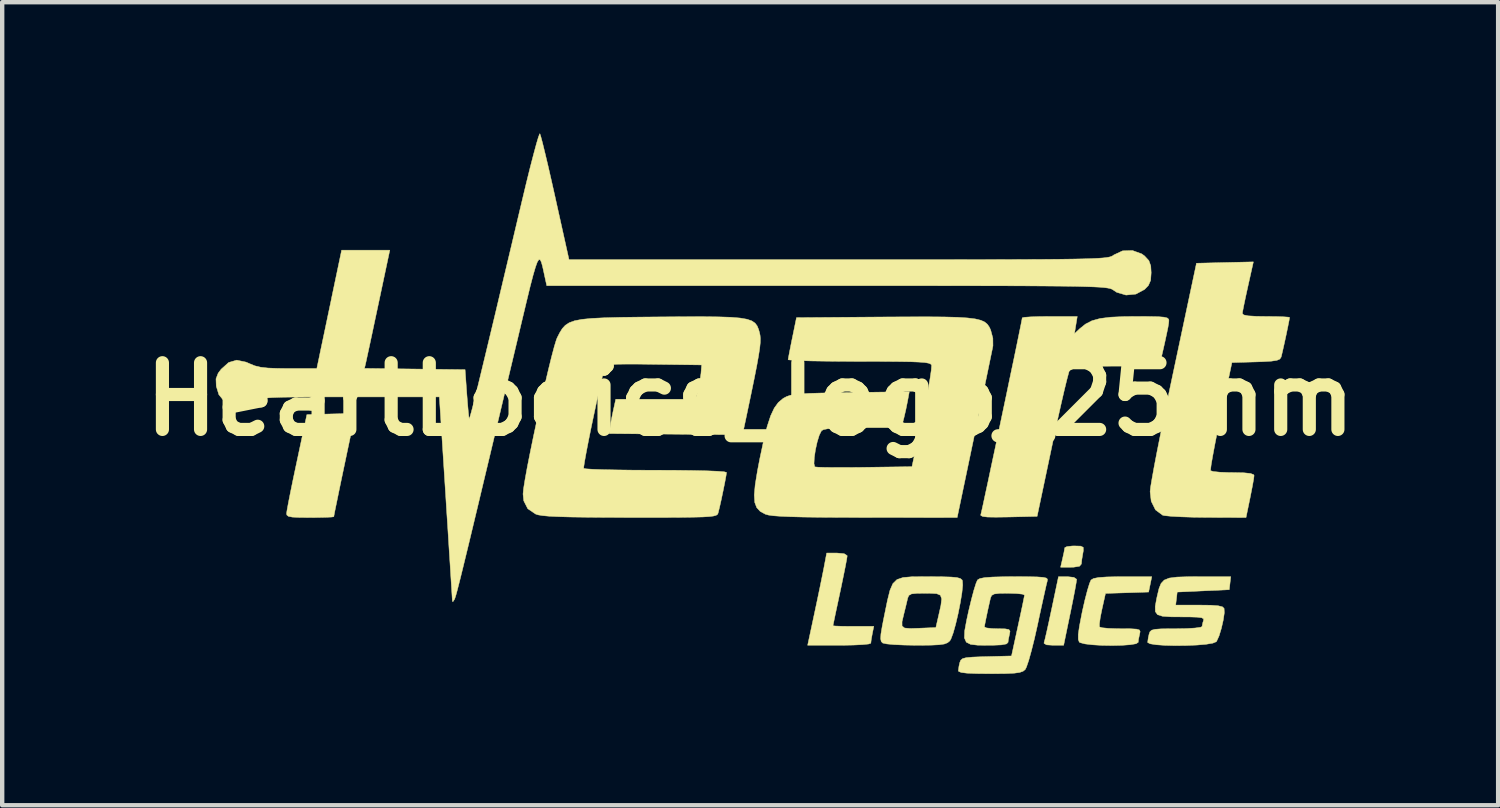
<source format=kicad_pcb>
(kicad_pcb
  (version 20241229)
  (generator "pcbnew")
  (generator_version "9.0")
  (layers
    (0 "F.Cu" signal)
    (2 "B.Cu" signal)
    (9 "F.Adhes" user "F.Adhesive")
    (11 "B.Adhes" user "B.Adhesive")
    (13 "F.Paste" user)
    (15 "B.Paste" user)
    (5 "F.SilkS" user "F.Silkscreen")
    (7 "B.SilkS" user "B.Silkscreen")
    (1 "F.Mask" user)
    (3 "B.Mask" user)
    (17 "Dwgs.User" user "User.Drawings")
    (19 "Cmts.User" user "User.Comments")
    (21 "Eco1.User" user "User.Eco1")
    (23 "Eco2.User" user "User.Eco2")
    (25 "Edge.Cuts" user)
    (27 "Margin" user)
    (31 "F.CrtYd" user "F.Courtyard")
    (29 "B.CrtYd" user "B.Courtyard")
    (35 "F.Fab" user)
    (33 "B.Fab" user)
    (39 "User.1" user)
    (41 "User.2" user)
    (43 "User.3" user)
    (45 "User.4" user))
  (footprint "HeartLogics_logo_25mm"
    (layer "F.Cu")
    (at 14.086 6.07)
    (property "Reference" "HeartLogics_logo_25mm" (at 0 0 0) (layer "F.SilkS") (effects (font (size 1.524 1.524) (thickness 0.3))))
    (attr through_hole)
    (fp_poly (pts (xy 7.551 3.355) (xy 7.609 3.383) (xy 7.611 3.459) (xy 7.6 3.52) (xy 7.576 3.662) (xy 7.566 3.763) (xy 7.524 3.814) (xy 7.39 3.836) (xy 7.328 3.837) (xy 7.091 3.837) (xy 7.138 3.634) (xy 7.169 3.493) (xy 7.185 3.401) (xy 7.186 3.391) (xy 7.235 3.366) (xy 7.356 3.352) (xy 7.411 3.351) (xy 7.551 3.355)) (stroke (width 0.01) (type solid)) (fill yes) (layer "F.SilkS"))
    (fp_poly (pts (xy 7.395 4.069) (xy 7.457 4.112) (xy 7.458 4.119) (xy 7.447 4.194) (xy 7.419 4.353) (xy 7.376 4.574) (xy 7.323 4.837) (xy 7.309 4.903) (xy 7.161 5.62) (xy 6.925 5.62) (xy 6.771 5.61) (xy 6.713 5.576) (xy 6.715 5.553) (xy 6.736 5.477) (xy 6.773 5.317) (xy 6.822 5.095) (xy 6.878 4.833) (xy 6.892 4.769) (xy 7.043 4.053) (xy 7.25 4.053) (xy 7.395 4.069)) (stroke (width 0.01) (type solid)) (fill yes) (layer "F.SilkS"))
    (fp_poly (pts (xy -9.16 0.33) (xy -9.072 0.341) (xy -9.036 0.367) (xy -9.036 0.411) (xy -9.043 0.444) (xy -9.063 0.531) (xy -9.099 0.699) (xy -9.148 0.928) (xy -9.205 1.199) (xy -9.267 1.494) (xy -9.33 1.793) (xy -9.389 2.077) (xy -9.44 2.327) (xy -9.481 2.524) (xy -9.505 2.648) (xy -9.511 2.683) (xy -9.562 2.691) (xy -9.697 2.697) (xy -9.895 2.701) (xy -10.052 2.702) (xy -10.299 2.7) (xy -10.458 2.692) (xy -10.546 2.675) (xy -10.584 2.644) (xy -10.59 2.608) (xy -10.578 2.528) (xy -10.547 2.36) (xy -10.5 2.121) (xy -10.44 1.829) (xy -10.371 1.502) (xy -10.356 1.432) (xy -10.126 0.351) (xy -9.569 0.336) (xy -9.32 0.33) (xy -9.16 0.33)) (stroke (width 0.01) (type solid)) (fill yes) (layer "F.SilkS"))
    (fp_poly (pts (xy 2.147 3.528) (xy 2.214 3.571) (xy 2.216 3.581) (xy 2.205 3.656) (xy 2.175 3.816) (xy 2.13 4.039) (xy 2.075 4.305) (xy 2.054 4.404) (xy 1.996 4.675) (xy 1.947 4.904) (xy 1.912 5.074) (xy 1.893 5.164) (xy 1.891 5.174) (xy 1.941 5.18) (xy 2.075 5.185) (xy 2.267 5.188) (xy 2.358 5.188) (xy 2.824 5.188) (xy 2.79 5.357) (xy 2.766 5.489) (xy 2.756 5.573) (xy 2.756 5.573) (xy 2.705 5.591) (xy 2.566 5.605) (xy 2.359 5.615) (xy 2.103 5.62) (xy 2.034 5.62) (xy 1.313 5.62) (xy 1.466 4.904) (xy 1.53 4.603) (xy 1.592 4.306) (xy 1.645 4.046) (xy 1.683 3.857) (xy 1.684 3.851) (xy 1.748 3.513) (xy 1.982 3.513) (xy 2.147 3.528)) (stroke (width 0.01) (type solid)) (fill yes) (layer "F.SilkS"))
    (fp_poly (pts (xy 9.138 4.229) (xy 9.102 4.404) (xy 8.609 4.42) (xy 8.117 4.435) (xy 8.036 4.798) (xy 7.998 4.985) (xy 7.978 5.13) (xy 7.979 5.201) (xy 7.979 5.201) (xy 8.041 5.22) (xy 8.185 5.234) (xy 8.383 5.241) (xy 8.467 5.242) (xy 8.69 5.243) (xy 8.825 5.251) (xy 8.891 5.27) (xy 8.908 5.307) (xy 8.897 5.364) (xy 8.87 5.489) (xy 8.864 5.553) (xy 8.814 5.585) (xy 8.681 5.607) (xy 8.49 5.621) (xy 8.266 5.626) (xy 8.033 5.622) (xy 7.818 5.609) (xy 7.644 5.588) (xy 7.536 5.559) (xy 7.517 5.546) (xy 7.495 5.485) (xy 7.495 5.371) (xy 7.521 5.188) (xy 7.572 4.922) (xy 7.589 4.838) (xy 7.647 4.584) (xy 7.704 4.365) (xy 7.753 4.205) (xy 7.786 4.129) (xy 7.843 4.095) (xy 7.958 4.072) (xy 8.145 4.059) (xy 8.42 4.053) (xy 8.511 4.053) (xy 9.174 4.053) (xy 9.138 4.229)) (stroke (width 0.01) (type solid)) (fill yes) (layer "F.SilkS"))
    (fp_poly (pts (xy 10.944 4.35) (xy 9.755 4.404) (xy 9.738 4.553) (xy 9.72 4.702) (xy 10.259 4.702) (xy 10.521 4.705) (xy 10.692 4.718) (xy 10.789 4.742) (xy 10.826 4.778) (xy 10.831 4.88) (xy 10.807 5.044) (xy 10.764 5.232) (xy 10.711 5.406) (xy 10.657 5.525) (xy 10.647 5.539) (xy 10.57 5.571) (xy 10.416 5.597) (xy 10.206 5.615) (xy 9.964 5.625) (xy 9.713 5.628) (xy 9.477 5.622) (xy 9.277 5.608) (xy 9.137 5.586) (xy 9.08 5.556) (xy 9.08 5.553) (xy 9.094 5.449) (xy 9.113 5.364) (xy 9.133 5.31) (xy 9.172 5.275) (xy 9.249 5.255) (xy 9.385 5.245) (xy 9.6 5.242) (xy 9.734 5.242) (xy 9.971 5.238) (xy 10.163 5.226) (xy 10.287 5.209) (xy 10.322 5.193) (xy 10.34 5.102) (xy 10.355 5.057) (xy 10.358 5.017) (xy 10.315 4.991) (xy 10.21 4.978) (xy 10.024 4.972) (xy 9.9 4.972) (xy 9.613 4.97) (xy 9.42 4.957) (xy 9.306 4.921) (xy 9.255 4.85) (xy 9.253 4.732) (xy 9.285 4.555) (xy 9.3 4.487) (xy 9.339 4.324) (xy 9.386 4.208) (xy 9.458 4.131) (xy 9.573 4.085) (xy 9.749 4.062) (xy 10.002 4.054) (xy 10.249 4.053) (xy 10.978 4.053) (xy 10.944 4.35)) (stroke (width 0.01) (type solid)) (fill yes) (layer "F.SilkS"))
    (fp_poly (pts (xy 4.083 4.053) (xy 4.382 4.055) (xy 4.589 4.061) (xy 4.723 4.073) (xy 4.801 4.095) (xy 4.839 4.126) (xy 4.848 4.144) (xy 4.855 4.245) (xy 4.837 4.423) (xy 4.8 4.648) (xy 4.751 4.895) (xy 4.695 5.134) (xy 4.638 5.338) (xy 4.585 5.479) (xy 4.56 5.52) (xy 4.509 5.562) (xy 4.435 5.591) (xy 4.318 5.608) (xy 4.138 5.617) (xy 3.875 5.62) (xy 3.788 5.62) (xy 3.522 5.615) (xy 3.291 5.605) (xy 3.119 5.589) (xy 3.029 5.569) (xy 3.027 5.568) (xy 2.994 5.534) (xy 2.981 5.472) (xy 2.987 5.364) (xy 3.016 5.189) (xy 3.037 5.082) (xy 3.469 5.082) (xy 3.47 5.179) (xy 3.527 5.226) (xy 3.659 5.237) (xy 3.85 5.231) (xy 4.242 5.215) (xy 4.304 4.945) (xy 4.357 4.709) (xy 4.375 4.56) (xy 4.346 4.477) (xy 4.259 4.44) (xy 4.102 4.432) (xy 4 4.431) (xy 3.802 4.434) (xy 3.687 4.446) (xy 3.627 4.479) (xy 3.599 4.54) (xy 3.59 4.58) (xy 3.552 4.74) (xy 3.508 4.917) (xy 3.508 4.918) (xy 3.469 5.082) (xy 3.037 5.082) (xy 3.067 4.93) (xy 3.072 4.907) (xy 3.137 4.59) (xy 3.194 4.363) (xy 3.26 4.211) (xy 3.354 4.119) (xy 3.492 4.072) (xy 3.692 4.055) (xy 3.973 4.053) (xy 4.083 4.053)) (stroke (width 0.01) (type solid)) (fill yes) (layer "F.SilkS"))
    (fp_poly (pts (xy 11.371 -2.582) (xy 11.319 -2.346) (xy 11.277 -2.145) (xy 11.25 -2.007) (xy 11.243 -1.959) (xy 11.274 -1.926) (xy 11.379 -1.905) (xy 11.568 -1.894) (xy 11.781 -1.891) (xy 12.008 -1.889) (xy 12.188 -1.883) (xy 12.298 -1.875) (xy 12.322 -1.868) (xy 12.311 -1.801) (xy 12.283 -1.66) (xy 12.245 -1.476) (xy 12.203 -1.282) (xy 12.164 -1.109) (xy 12.136 -0.989) (xy 12.128 -0.961) (xy 12.099 -0.918) (xy 12.032 -0.889) (xy 11.906 -0.87) (xy 11.702 -0.858) (xy 11.552 -0.853) (xy 11.005 -0.838) (xy 10.748 0.375) (xy 10.676 0.724) (xy 10.614 1.037) (xy 10.565 1.299) (xy 10.531 1.495) (xy 10.517 1.61) (xy 10.518 1.632) (xy 10.58 1.651) (xy 10.725 1.666) (xy 10.926 1.674) (xy 11.028 1.675) (xy 11.278 1.68) (xy 11.432 1.696) (xy 11.503 1.724) (xy 11.511 1.743) (xy 11.501 1.824) (xy 11.473 1.982) (xy 11.433 2.186) (xy 11.419 2.256) (xy 11.327 2.702) (xy 10.433 2.699) (xy 10.125 2.695) (xy 9.848 2.686) (xy 9.623 2.674) (xy 9.472 2.659) (xy 9.423 2.649) (xy 9.259 2.527) (xy 9.161 2.329) (xy 9.136 2.109) (xy 9.147 2.007) (xy 9.18 1.811) (xy 9.23 1.533) (xy 9.297 1.184) (xy 9.378 0.777) (xy 9.47 0.322) (xy 9.571 -0.168) (xy 9.667 -0.621) (xy 10.195 -3.107) (xy 10.845 -3.123) (xy 11.495 -3.138) (xy 11.371 -2.582)) (stroke (width 0.01) (type solid)) (fill yes) (layer "F.SilkS"))
    (fp_poly (pts (xy 7.44 -1.695) (xy 7.408 -1.498) (xy 7.528 -1.611) (xy 7.66 -1.717) (xy 7.809 -1.794) (xy 7.995 -1.845) (xy 8.237 -1.875) (xy 8.554 -1.889) (xy 8.807 -1.891) (xy 9.108 -1.89) (xy 9.318 -1.886) (xy 9.452 -1.875) (xy 9.527 -1.857) (xy 9.559 -1.829) (xy 9.565 -1.797) (xy 9.56 -1.739) (xy 9.545 -1.645) (xy 9.515 -1.5) (xy 9.469 -1.287) (xy 9.401 -0.99) (xy 9.375 -0.878) (xy 9.363 -0.835) (xy 9.337 -0.804) (xy 9.284 -0.782) (xy 9.188 -0.768) (xy 9.034 -0.761) (xy 8.808 -0.757) (xy 8.494 -0.757) (xy 8.355 -0.757) (xy 7.975 -0.754) (xy 7.691 -0.748) (xy 7.493 -0.735) (xy 7.37 -0.717) (xy 7.31 -0.691) (xy 7.305 -0.687) (xy 7.28 -0.619) (xy 7.237 -0.458) (xy 7.178 -0.218) (xy 7.107 0.088) (xy 7.027 0.445) (xy 6.941 0.842) (xy 6.902 1.029) (xy 6.555 2.675) (xy 5.9 2.69) (xy 5.615 2.694) (xy 5.424 2.691) (xy 5.314 2.678) (xy 5.269 2.655) (xy 5.268 2.636) (xy 5.284 2.571) (xy 5.319 2.414) (xy 5.369 2.18) (xy 5.434 1.88) (xy 5.508 1.529) (xy 5.591 1.141) (xy 5.678 0.728) (xy 5.767 0.305) (xy 5.856 -0.116) (xy 5.94 -0.521) (xy 6.019 -0.896) (xy 6.088 -1.228) (xy 6.144 -1.503) (xy 6.186 -1.709) (xy 6.21 -1.831) (xy 6.215 -1.86) (xy 6.265 -1.872) (xy 6.403 -1.882) (xy 6.606 -1.889) (xy 6.843 -1.891) (xy 7.472 -1.891) (xy 7.44 -1.695)) (stroke (width 0.01) (type solid)) (fill yes) (layer "F.SilkS"))
    (fp_poly (pts (xy 6.341 4.054) (xy 6.553 4.058) (xy 6.689 4.068) (xy 6.763 4.084) (xy 6.791 4.109) (xy 6.788 4.146) (xy 6.788 4.148) (xy 6.767 4.23) (xy 6.729 4.399) (xy 6.677 4.634) (xy 6.615 4.917) (xy 6.563 5.161) (xy 6.494 5.468) (xy 6.425 5.743) (xy 6.363 5.966) (xy 6.311 6.118) (xy 6.283 6.174) (xy 6.234 6.213) (xy 6.157 6.24) (xy 6.034 6.257) (xy 5.846 6.266) (xy 5.574 6.269) (xy 5.477 6.269) (xy 5.167 6.266) (xy 4.952 6.257) (xy 4.822 6.241) (xy 4.763 6.217) (xy 4.756 6.201) (xy 4.77 6.097) (xy 4.789 6.014) (xy 4.81 5.961) (xy 4.853 5.925) (xy 4.936 5.903) (xy 5.081 5.89) (xy 5.308 5.881) (xy 5.396 5.879) (xy 5.97 5.864) (xy 6.117 5.188) (xy 6.173 4.93) (xy 6.22 4.711) (xy 6.252 4.552) (xy 6.267 4.475) (xy 6.267 4.472) (xy 6.219 4.452) (xy 6.089 4.438) (xy 5.906 4.432) (xy 5.892 4.431) (xy 5.692 4.434) (xy 5.576 4.448) (xy 5.517 4.481) (xy 5.49 4.539) (xy 5.487 4.553) (xy 5.428 4.816) (xy 5.384 5.025) (xy 5.357 5.162) (xy 5.352 5.202) (xy 5.4 5.224) (xy 5.526 5.238) (xy 5.654 5.242) (xy 5.825 5.245) (xy 5.911 5.261) (xy 5.936 5.3) (xy 5.925 5.364) (xy 5.898 5.489) (xy 5.891 5.553) (xy 5.855 5.589) (xy 5.738 5.611) (xy 5.528 5.62) (xy 5.438 5.62) (xy 5.2 5.618) (xy 5.036 5.599) (xy 4.937 5.549) (xy 4.894 5.452) (xy 4.9 5.291) (xy 4.944 5.052) (xy 4.992 4.83) (xy 5.053 4.577) (xy 5.111 4.359) (xy 5.161 4.201) (xy 5.194 4.127) (xy 5.248 4.096) (xy 5.359 4.074) (xy 5.541 4.061) (xy 5.809 4.054) (xy 6.036 4.053) (xy 6.341 4.054)) (stroke (width 0.01) (type solid)) (fill yes) (layer "F.SilkS"))
    (fp_poly (pts (xy 4.433 -1.88) (xy 4.734 -1.872) (xy 4.967 -1.857) (xy 5.142 -1.835) (xy 5.27 -1.804) (xy 5.359 -1.763) (xy 5.42 -1.711) (xy 5.464 -1.647) (xy 5.494 -1.581) (xy 5.544 -1.394) (xy 5.546 -1.22) (xy 5.546 -1.22) (xy 5.528 -1.129) (xy 5.49 -0.946) (xy 5.436 -0.684) (xy 5.368 -0.356) (xy 5.289 0.025) (xy 5.201 0.444) (xy 5.122 0.824) (xy 4.729 2.702) (xy 2.621 2.7) (xy 2.056 2.699) (xy 1.59 2.696) (xy 1.213 2.691) (xy 0.916 2.683) (xy 0.69 2.673) (xy 0.526 2.661) (xy 0.415 2.645) (xy 0.346 2.625) (xy 0.345 2.625) (xy 0.229 2.561) (xy 0.15 2.476) (xy 0.105 2.357) (xy 0.094 2.187) (xy 0.115 1.953) (xy 0.166 1.639) (xy 0.221 1.354) (xy 0.309 0.94) (xy 0.389 0.619) (xy 0.468 0.378) (xy 0.551 0.201) (xy 0.643 0.074) (xy 0.75 -0.016) (xy 0.771 -0.029) (xy 0.834 -0.062) (xy 0.909 -0.088) (xy 1.011 -0.108) (xy 1.154 -0.123) (xy 1.351 -0.134) (xy 1.618 -0.142) (xy 1.968 -0.149) (xy 2.29 -0.154) (xy 3.635 -0.172) (xy 3.597 0.036) (xy 3.556 0.239) (xy 3.509 0.441) (xy 3.507 0.446) (xy 3.455 0.649) (xy 2.572 0.649) (xy 2.217 0.651) (xy 1.959 0.658) (xy 1.782 0.672) (xy 1.676 0.693) (xy 1.629 0.72) (xy 1.579 0.819) (xy 1.531 0.975) (xy 1.491 1.156) (xy 1.465 1.332) (xy 1.458 1.472) (xy 1.476 1.543) (xy 1.48 1.545) (xy 1.551 1.552) (xy 1.713 1.557) (xy 1.948 1.559) (xy 2.239 1.559) (xy 2.568 1.556) (xy 2.62 1.555) (xy 3.696 1.54) (xy 3.936 0.422) (xy 4.006 0.085) (xy 4.064 -0.22) (xy 4.109 -0.474) (xy 4.137 -0.663) (xy 4.145 -0.768) (xy 4.143 -0.78) (xy 4.123 -0.805) (xy 4.075 -0.824) (xy 3.99 -0.839) (xy 3.854 -0.849) (xy 3.658 -0.857) (xy 3.389 -0.861) (xy 3.037 -0.864) (xy 2.591 -0.865) (xy 2.488 -0.865) (xy 2.081 -0.866) (xy 1.713 -0.87) (xy 1.394 -0.875) (xy 1.14 -0.883) (xy 0.962 -0.892) (xy 0.874 -0.901) (xy 0.867 -0.905) (xy 0.879 -0.973) (xy 0.907 -1.12) (xy 0.946 -1.319) (xy 0.964 -1.405) (xy 1.058 -1.864) (xy 3.02 -1.879) (xy 3.586 -1.882) (xy 4.053 -1.883) (xy 4.433 -1.88)) (stroke (width 0.01) (type solid)) (fill yes) (layer "F.SilkS"))
    (fp_poly (pts (xy -0.725 -1.882) (xy -0.444 -1.873) (xy -0.23 -1.855) (xy -0.073 -1.828) (xy 0.037 -1.79) (xy 0.112 -1.739) (xy 0.16 -1.675) (xy 0.193 -1.594) (xy 0.212 -1.528) (xy 0.226 -1.463) (xy 0.233 -1.388) (xy 0.231 -1.293) (xy 0.218 -1.166) (xy 0.192 -0.996) (xy 0.152 -0.772) (xy 0.095 -0.482) (xy 0.02 -0.117) (xy -0.075 0.337) (xy -0.144 0.663) (xy -0.176 0.812) (xy -1.696 0.798) (xy -3.216 0.784) (xy -3.2 0.649) (xy -3.179 0.513) (xy -3.143 0.332) (xy -3.127 0.257) (xy -3.07 0) (xy -1.247 0) (xy -1.193 -0.203) (xy -1.151 -0.396) (xy -1.124 -0.586) (xy -1.123 -0.594) (xy -1.108 -0.784) (xy -2.196 -0.798) (xy -2.567 -0.803) (xy -2.844 -0.803) (xy -3.041 -0.8) (xy -3.173 -0.791) (xy -3.254 -0.775) (xy -3.299 -0.752) (xy -3.32 -0.721) (xy -3.322 -0.717) (xy -3.351 -0.62) (xy -3.394 -0.444) (xy -3.449 -0.207) (xy -3.51 0.07) (xy -3.574 0.37) (xy -3.638 0.674) (xy -3.696 0.962) (xy -3.745 1.215) (xy -3.781 1.415) (xy -3.801 1.543) (xy -3.802 1.58) (xy -3.744 1.59) (xy -3.591 1.6) (xy -3.357 1.608) (xy -3.055 1.614) (xy -2.699 1.619) (xy -2.303 1.621) (xy -2.159 1.621) (xy -1.704 1.623) (xy -1.31 1.628) (xy -0.988 1.635) (xy -0.746 1.645) (xy -0.594 1.657) (xy -0.54 1.672) (xy -0.54 1.672) (xy -0.551 1.749) (xy -0.579 1.9) (xy -0.618 2.092) (xy -0.66 2.293) (xy -0.7 2.47) (xy -0.73 2.591) (xy -0.735 2.608) (xy -0.748 2.632) (xy -0.78 2.652) (xy -0.84 2.668) (xy -0.938 2.68) (xy -1.084 2.689) (xy -1.291 2.694) (xy -1.566 2.698) (xy -1.922 2.7) (xy -2.368 2.7) (xy -2.746 2.7) (xy -3.292 2.699) (xy -3.739 2.695) (xy -4.098 2.69) (xy -4.379 2.682) (xy -4.59 2.672) (xy -4.742 2.658) (xy -4.845 2.641) (xy -4.9 2.623) (xy -5.08 2.501) (xy -5.172 2.32) (xy -5.188 2.165) (xy -5.176 2.041) (xy -5.142 1.83) (xy -5.091 1.549) (xy -5.025 1.215) (xy -4.949 0.845) (xy -4.866 0.455) (xy -4.779 0.061) (xy -4.693 -0.318) (xy -4.611 -0.667) (xy -4.537 -0.968) (xy -4.474 -1.205) (xy -4.426 -1.362) (xy -4.409 -1.404) (xy -4.35 -1.52) (xy -4.292 -1.614) (xy -4.223 -1.689) (xy -4.133 -1.748) (xy -4.01 -1.793) (xy -3.843 -1.825) (xy -3.621 -1.847) (xy -3.334 -1.861) (xy -2.969 -1.871) (xy -2.517 -1.877) (xy -2.072 -1.881) (xy -1.528 -1.885) (xy -1.083 -1.886) (xy -0.725 -1.882)) (stroke (width 0.01) (type solid)) (fill yes) (layer "F.SilkS"))
    (fp_poly (pts (xy -4.783 -6.004) (xy -4.742 -5.851) (xy -4.686 -5.621) (xy -4.616 -5.328) (xy -4.538 -4.986) (xy -4.453 -4.609) (xy -4.453 -4.607) (xy -4.138 -3.189) (xy 2.016 -3.189) (xy 2.962 -3.189) (xy 3.806 -3.189) (xy 4.554 -3.189) (xy 5.212 -3.19) (xy 5.785 -3.191) (xy 6.281 -3.193) (xy 6.704 -3.195) (xy 7.061 -3.198) (xy 7.357 -3.202) (xy 7.6 -3.207) (xy 7.794 -3.213) (xy 7.946 -3.22) (xy 8.061 -3.228) (xy 8.146 -3.238) (xy 8.207 -3.249) (xy 8.249 -3.262) (xy 8.279 -3.276) (xy 8.303 -3.293) (xy 8.308 -3.297) (xy 8.507 -3.39) (xy 8.732 -3.398) (xy 8.944 -3.321) (xy 9.009 -3.274) (xy 9.107 -3.168) (xy 9.151 -3.046) (xy 9.16 -2.891) (xy 9.148 -2.716) (xy 9.097 -2.599) (xy 9.009 -2.508) (xy 8.811 -2.402) (xy 8.586 -2.38) (xy 8.373 -2.443) (xy 8.308 -2.486) (xy 8.285 -2.502) (xy 8.258 -2.517) (xy 8.22 -2.53) (xy 8.165 -2.541) (xy 8.088 -2.551) (xy 7.982 -2.56) (xy 7.842 -2.567) (xy 7.662 -2.573) (xy 7.436 -2.579) (xy 7.158 -2.583) (xy 6.823 -2.586) (xy 6.424 -2.589) (xy 5.956 -2.591) (xy 5.413 -2.592) (xy 4.788 -2.593) (xy 4.077 -2.594) (xy 3.272 -2.594) (xy 2.37 -2.594) (xy 1.762 -2.594) (xy -4.646 -2.594) (xy -4.679 -2.743) (xy -4.714 -2.905) (xy -4.743 -3.037) (xy -4.77 -3.133) (xy -4.797 -3.186) (xy -4.826 -3.19) (xy -4.861 -3.138) (xy -4.903 -3.023) (xy -4.957 -2.839) (xy -5.025 -2.579) (xy -5.108 -2.237) (xy -5.211 -1.806) (xy -5.336 -1.279) (xy -5.397 -1.024) (xy -5.608 -0.138) (xy -5.795 0.649) (xy -5.96 1.343) (xy -6.105 1.949) (xy -6.23 2.474) (xy -6.338 2.924) (xy -6.429 3.304) (xy -6.506 3.62) (xy -6.569 3.879) (xy -6.62 4.086) (xy -6.661 4.247) (xy -6.692 4.368) (xy -6.716 4.456) (xy -6.734 4.515) (xy -6.747 4.553) (xy -6.752 4.567) (xy -6.792 4.628) (xy -6.804 4.594) (xy -6.808 4.524) (xy -6.818 4.358) (xy -6.834 4.107) (xy -6.854 3.784) (xy -6.879 3.399) (xy -6.906 2.964) (xy -6.937 2.491) (xy -6.953 2.229) (xy -7.1 -0.054) (xy -9.142 -0.054) (xy -9.667 -0.054) (xy -10.096 -0.053) (xy -10.438 -0.05) (xy -10.705 -0.046) (xy -10.909 -0.039) (xy -11.059 -0.029) (xy -11.168 -0.016) (xy -11.247 0.001) (xy -11.305 0.023) (xy -11.356 0.051) (xy -11.361 0.054) (xy -11.595 0.147) (xy -11.816 0.146) (xy -12.002 0.059) (xy -12.137 -0.106) (xy -12.196 -0.3) (xy -12.202 -0.467) (xy -12.152 -0.596) (xy -12.084 -0.686) (xy -11.912 -0.84) (xy -11.729 -0.893) (xy -11.515 -0.848) (xy -11.435 -0.813) (xy -11.316 -0.764) (xy -11.185 -0.732) (xy -11.016 -0.713) (xy -10.783 -0.704) (xy -10.553 -0.703) (xy -9.899 -0.703) (xy -9.845 -0.959) (xy -9.818 -1.091) (xy -9.772 -1.308) (xy -9.713 -1.588) (xy -9.645 -1.913) (xy -9.572 -2.259) (xy -9.562 -2.31) (xy -9.332 -3.405) (xy -8.232 -3.405) (xy -8.493 -2.175) (xy -8.569 -1.819) (xy -8.638 -1.492) (xy -8.698 -1.212) (xy -8.745 -0.996) (xy -8.774 -0.86) (xy -8.782 -0.825) (xy -8.81 -0.705) (xy -7.661 -0.69) (xy -6.512 -0.676) (xy -6.474 -0.143) (xy -6.456 0.089) (xy -6.439 0.281) (xy -6.426 0.406) (xy -6.42 0.44) (xy -6.412 0.432) (xy -6.397 0.387) (xy -6.371 0.297) (xy -6.335 0.159) (xy -6.286 -0.035) (xy -6.223 -0.288) (xy -6.146 -0.607) (xy -6.052 -0.996) (xy -5.94 -1.462) (xy -5.809 -2.009) (xy -5.659 -2.643) (xy -5.486 -3.37) (xy -5.291 -4.194) (xy -5.206 -4.552) (xy -5.113 -4.941) (xy -5.026 -5.293) (xy -4.948 -5.593) (xy -4.884 -5.83) (xy -4.836 -5.991) (xy -4.808 -6.063) (xy -4.803 -6.065) (xy -4.783 -6.004)) (stroke (width 0.01) (type solid)) (fill yes) (layer "F.SilkS")))
  (gr_rect
    (start -3 -3)
    (end 31.172 15.344)
    (stroke (width 0.1) (type default))
    (fill no)
    (layer "Edge.Cuts")))
</source>
